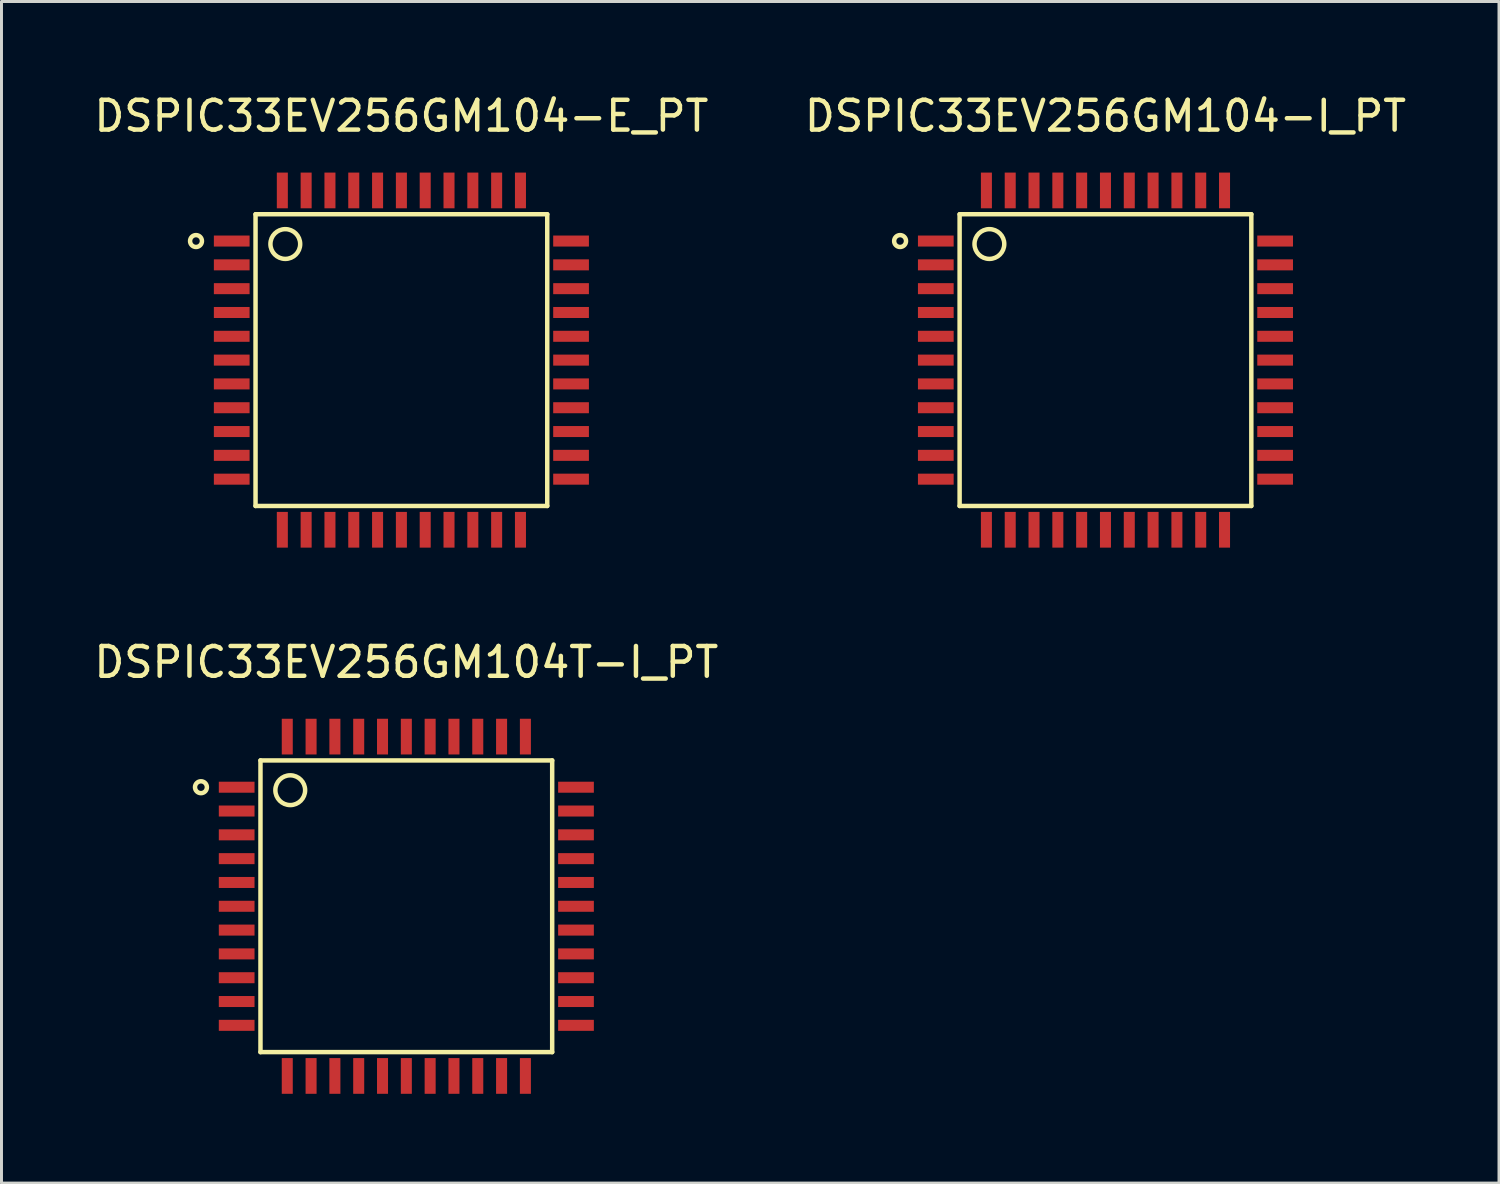
<source format=kicad_pcb>
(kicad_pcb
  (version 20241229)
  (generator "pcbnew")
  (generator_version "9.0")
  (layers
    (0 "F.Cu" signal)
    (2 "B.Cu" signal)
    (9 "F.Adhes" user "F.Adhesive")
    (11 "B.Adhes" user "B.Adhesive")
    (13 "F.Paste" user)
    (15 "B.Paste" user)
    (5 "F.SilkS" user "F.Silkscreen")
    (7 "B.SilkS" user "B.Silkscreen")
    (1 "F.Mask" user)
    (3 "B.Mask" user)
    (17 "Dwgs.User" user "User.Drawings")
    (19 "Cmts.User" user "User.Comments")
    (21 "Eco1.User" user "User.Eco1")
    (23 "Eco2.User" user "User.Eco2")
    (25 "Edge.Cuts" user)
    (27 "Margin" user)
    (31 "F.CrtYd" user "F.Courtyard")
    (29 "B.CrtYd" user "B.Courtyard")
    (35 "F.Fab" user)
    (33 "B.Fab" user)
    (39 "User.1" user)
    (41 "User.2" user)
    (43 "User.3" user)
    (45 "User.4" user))
  (footprint "DSPIC33EV256GM104-E_PT"
    (layer "F.Cu")
    (at 4.735 3.348)
    (property "Reference" "DSPIC33EV256GM104-E_PT" (at 5.7 -2.5 0) (layer "F.SilkS") (effects (font (size 1 1) (thickness 0.15))))
    (attr through_hole)
    (fp_line (start 0.8 0.8) (end 0.8 10.6) (stroke (width 0.15) (type solid)) (layer "F.SilkS"))
    (fp_line (start 0.8 0.8) (end 10.6 0.8) (stroke (width 0.15) (type solid)) (layer "F.SilkS"))
    (fp_line (start 0.8 10.6) (end 10.6 10.6) (stroke (width 0.15) (type solid)) (layer "F.SilkS"))
    (fp_line (start 10.6 10.6) (end 10.6 0.8) (stroke (width 0.15) (type solid)) (layer "F.SilkS"))
    (fp_circle (center -1.2 1.7) (end -1.2 1.5) (stroke (width 0.15) (type solid)) (fill no) (layer "F.SilkS"))
    (fp_circle (center 1.8 1.8) (end 1.8 1.3) (stroke (width 0.15) (type solid)) (fill no) (layer "F.SilkS"))
    (pad "1" smd rect (at 0 1.7) (size 1.2 0.37) (layers "F.Cu" "F.Mask" "F.Paste"))
    (pad "2" smd rect (at 0 2.5) (size 1.2 0.37) (layers "F.Cu" "F.Mask" "F.Paste"))
    (pad "3" smd rect (at 0 3.3) (size 1.2 0.37) (layers "F.Cu" "F.Mask" "F.Paste"))
    (pad "4" smd rect (at 0 4.1) (size 1.2 0.37) (layers "F.Cu" "F.Mask" "F.Paste"))
    (pad "5" smd rect (at 0 4.9) (size 1.2 0.37) (layers "F.Cu" "F.Mask" "F.Paste"))
    (pad "6" smd rect (at 0 5.7) (size 1.2 0.37) (layers "F.Cu" "F.Mask" "F.Paste"))
    (pad "7" smd rect (at 0 6.5) (size 1.2 0.37) (layers "F.Cu" "F.Mask" "F.Paste"))
    (pad "8" smd rect (at 0 7.3) (size 1.2 0.37) (layers "F.Cu" "F.Mask" "F.Paste"))
    (pad "9" smd rect (at 0 8.1) (size 1.2 0.37) (layers "F.Cu" "F.Mask" "F.Paste"))
    (pad "10" smd rect (at 0 8.9) (size 1.2 0.37) (layers "F.Cu" "F.Mask" "F.Paste"))
    (pad "11" smd rect (at 0 9.7) (size 1.2 0.37) (layers "F.Cu" "F.Mask" "F.Paste"))
    (pad "12" smd rect (at 1.7 11.4) (size 0.37 1.2) (layers "F.Cu" "F.Mask" "F.Paste"))
    (pad "13" smd rect (at 2.5 11.4) (size 0.37 1.2) (layers "F.Cu" "F.Mask" "F.Paste"))
    (pad "14" smd rect (at 3.3 11.4) (size 0.37 1.2) (layers "F.Cu" "F.Mask" "F.Paste"))
    (pad "15" smd rect (at 4.1 11.4) (size 0.37 1.2) (layers "F.Cu" "F.Mask" "F.Paste"))
    (pad "16" smd rect (at 4.9 11.4) (size 0.37 1.2) (layers "F.Cu" "F.Mask" "F.Paste"))
    (pad "17" smd rect (at 5.7 11.4) (size 0.37 1.2) (layers "F.Cu" "F.Mask" "F.Paste"))
    (pad "18" smd rect (at 6.5 11.4) (size 0.37 1.2) (layers "F.Cu" "F.Mask" "F.Paste"))
    (pad "19" smd rect (at 7.3 11.4) (size 0.37 1.2) (layers "F.Cu" "F.Mask" "F.Paste"))
    (pad "20" smd rect (at 8.1 11.4) (size 0.37 1.2) (layers "F.Cu" "F.Mask" "F.Paste"))
    (pad "21" smd rect (at 8.9 11.4) (size 0.37 1.2) (layers "F.Cu" "F.Mask" "F.Paste"))
    (pad "22" smd rect (at 9.7 11.4) (size 0.37 1.2) (layers "F.Cu" "F.Mask" "F.Paste"))
    (pad "23" smd rect (at 11.4 9.7) (size 1.2 0.37) (layers "F.Cu" "F.Mask" "F.Paste"))
    (pad "24" smd rect (at 11.4 8.9) (size 1.2 0.37) (layers "F.Cu" "F.Mask" "F.Paste"))
    (pad "25" smd rect (at 11.4 8.1) (size 1.2 0.37) (layers "F.Cu" "F.Mask" "F.Paste"))
    (pad "26" smd rect (at 11.4 7.3) (size 1.2 0.37) (layers "F.Cu" "F.Mask" "F.Paste"))
    (pad "27" smd rect (at 11.4 6.5) (size 1.2 0.37) (layers "F.Cu" "F.Mask" "F.Paste"))
    (pad "28" smd rect (at 11.4 5.7) (size 1.2 0.37) (layers "F.Cu" "F.Mask" "F.Paste"))
    (pad "29" smd rect (at 11.4 4.9) (size 1.2 0.37) (layers "F.Cu" "F.Mask" "F.Paste"))
    (pad "30" smd rect (at 11.4 4.1) (size 1.2 0.37) (layers "F.Cu" "F.Mask" "F.Paste"))
    (pad "31" smd rect (at 11.4 3.3) (size 1.2 0.37) (layers "F.Cu" "F.Mask" "F.Paste"))
    (pad "32" smd rect (at 11.4 2.5) (size 1.2 0.37) (layers "F.Cu" "F.Mask" "F.Paste"))
    (pad "33" smd rect (at 11.4 1.7) (size 1.2 0.37) (layers "F.Cu" "F.Mask" "F.Paste"))
    (pad "34" smd rect (at 9.7 0) (size 0.37 1.2) (layers "F.Cu" "F.Mask" "F.Paste"))
    (pad "35" smd rect (at 8.9 0) (size 0.37 1.2) (layers "F.Cu" "F.Mask" "F.Paste"))
    (pad "36" smd rect (at 8.1 0) (size 0.37 1.2) (layers "F.Cu" "F.Mask" "F.Paste"))
    (pad "37" smd rect (at 7.3 0) (size 0.37 1.2) (layers "F.Cu" "F.Mask" "F.Paste"))
    (pad "38" smd rect (at 6.5 0) (size 0.37 1.2) (layers "F.Cu" "F.Mask" "F.Paste"))
    (pad "39" smd rect (at 5.7 0) (size 0.37 1.2) (layers "F.Cu" "F.Mask" "F.Paste"))
    (pad "40" smd rect (at 4.9 0) (size 0.37 1.2) (layers "F.Cu" "F.Mask" "F.Paste"))
    (pad "41" smd rect (at 4.1 0) (size 0.37 1.2) (layers "F.Cu" "F.Mask" "F.Paste"))
    (pad "42" smd rect (at 3.3 0) (size 0.37 1.2) (layers "F.Cu" "F.Mask" "F.Paste"))
    (pad "43" smd rect (at 2.5 0) (size 0.37 1.2) (layers "F.Cu" "F.Mask" "F.Paste"))
    (pad "44" smd rect (at 1.7 0) (size 0.37 1.2) (layers "F.Cu" "F.Mask" "F.Paste")))
  (footprint "DSPIC33EV256GM104T-I_PT"
    (layer "F.Cu")
    (at 4.901 21.697)
    (property "Reference" "DSPIC33EV256GM104T-I_PT" (at 5.7 -2.5 0) (layer "F.SilkS") (effects (font (size 1 1) (thickness 0.15))))
    (attr through_hole)
    (fp_line (start 0.8 0.8) (end 0.8 10.6) (stroke (width 0.15) (type solid)) (layer "F.SilkS"))
    (fp_line (start 0.8 0.8) (end 10.6 0.8) (stroke (width 0.15) (type solid)) (layer "F.SilkS"))
    (fp_line (start 0.8 10.6) (end 10.6 10.6) (stroke (width 0.15) (type solid)) (layer "F.SilkS"))
    (fp_line (start 10.6 10.6) (end 10.6 0.8) (stroke (width 0.15) (type solid)) (layer "F.SilkS"))
    (fp_circle (center -1.2 1.7) (end -1.2 1.5) (stroke (width 0.15) (type solid)) (fill no) (layer "F.SilkS"))
    (fp_circle (center 1.8 1.8) (end 1.8 1.3) (stroke (width 0.15) (type solid)) (fill no) (layer "F.SilkS"))
    (pad "1" smd rect (at 0 1.7) (size 1.2 0.37) (layers "F.Cu" "F.Mask" "F.Paste"))
    (pad "2" smd rect (at 0 2.5) (size 1.2 0.37) (layers "F.Cu" "F.Mask" "F.Paste"))
    (pad "3" smd rect (at 0 3.3) (size 1.2 0.37) (layers "F.Cu" "F.Mask" "F.Paste"))
    (pad "4" smd rect (at 0 4.1) (size 1.2 0.37) (layers "F.Cu" "F.Mask" "F.Paste"))
    (pad "5" smd rect (at 0 4.9) (size 1.2 0.37) (layers "F.Cu" "F.Mask" "F.Paste"))
    (pad "6" smd rect (at 0 5.7) (size 1.2 0.37) (layers "F.Cu" "F.Mask" "F.Paste"))
    (pad "7" smd rect (at 0 6.5) (size 1.2 0.37) (layers "F.Cu" "F.Mask" "F.Paste"))
    (pad "8" smd rect (at 0 7.3) (size 1.2 0.37) (layers "F.Cu" "F.Mask" "F.Paste"))
    (pad "9" smd rect (at 0 8.1) (size 1.2 0.37) (layers "F.Cu" "F.Mask" "F.Paste"))
    (pad "10" smd rect (at 0 8.9) (size 1.2 0.37) (layers "F.Cu" "F.Mask" "F.Paste"))
    (pad "11" smd rect (at 0 9.7) (size 1.2 0.37) (layers "F.Cu" "F.Mask" "F.Paste"))
    (pad "12" smd rect (at 1.7 11.4) (size 0.37 1.2) (layers "F.Cu" "F.Mask" "F.Paste"))
    (pad "13" smd rect (at 2.5 11.4) (size 0.37 1.2) (layers "F.Cu" "F.Mask" "F.Paste"))
    (pad "14" smd rect (at 3.3 11.4) (size 0.37 1.2) (layers "F.Cu" "F.Mask" "F.Paste"))
    (pad "15" smd rect (at 4.1 11.4) (size 0.37 1.2) (layers "F.Cu" "F.Mask" "F.Paste"))
    (pad "16" smd rect (at 4.9 11.4) (size 0.37 1.2) (layers "F.Cu" "F.Mask" "F.Paste"))
    (pad "17" smd rect (at 5.7 11.4) (size 0.37 1.2) (layers "F.Cu" "F.Mask" "F.Paste"))
    (pad "18" smd rect (at 6.5 11.4) (size 0.37 1.2) (layers "F.Cu" "F.Mask" "F.Paste"))
    (pad "19" smd rect (at 7.3 11.4) (size 0.37 1.2) (layers "F.Cu" "F.Mask" "F.Paste"))
    (pad "20" smd rect (at 8.1 11.4) (size 0.37 1.2) (layers "F.Cu" "F.Mask" "F.Paste"))
    (pad "21" smd rect (at 8.9 11.4) (size 0.37 1.2) (layers "F.Cu" "F.Mask" "F.Paste"))
    (pad "22" smd rect (at 9.7 11.4) (size 0.37 1.2) (layers "F.Cu" "F.Mask" "F.Paste"))
    (pad "23" smd rect (at 11.4 9.7) (size 1.2 0.37) (layers "F.Cu" "F.Mask" "F.Paste"))
    (pad "24" smd rect (at 11.4 8.9) (size 1.2 0.37) (layers "F.Cu" "F.Mask" "F.Paste"))
    (pad "25" smd rect (at 11.4 8.1) (size 1.2 0.37) (layers "F.Cu" "F.Mask" "F.Paste"))
    (pad "26" smd rect (at 11.4 7.3) (size 1.2 0.37) (layers "F.Cu" "F.Mask" "F.Paste"))
    (pad "27" smd rect (at 11.4 6.5) (size 1.2 0.37) (layers "F.Cu" "F.Mask" "F.Paste"))
    (pad "28" smd rect (at 11.4 5.7) (size 1.2 0.37) (layers "F.Cu" "F.Mask" "F.Paste"))
    (pad "29" smd rect (at 11.4 4.9) (size 1.2 0.37) (layers "F.Cu" "F.Mask" "F.Paste"))
    (pad "30" smd rect (at 11.4 4.1) (size 1.2 0.37) (layers "F.Cu" "F.Mask" "F.Paste"))
    (pad "31" smd rect (at 11.4 3.3) (size 1.2 0.37) (layers "F.Cu" "F.Mask" "F.Paste"))
    (pad "32" smd rect (at 11.4 2.5) (size 1.2 0.37) (layers "F.Cu" "F.Mask" "F.Paste"))
    (pad "33" smd rect (at 11.4 1.7) (size 1.2 0.37) (layers "F.Cu" "F.Mask" "F.Paste"))
    (pad "34" smd rect (at 9.7 0) (size 0.37 1.2) (layers "F.Cu" "F.Mask" "F.Paste"))
    (pad "35" smd rect (at 8.9 0) (size 0.37 1.2) (layers "F.Cu" "F.Mask" "F.Paste"))
    (pad "36" smd rect (at 8.1 0) (size 0.37 1.2) (layers "F.Cu" "F.Mask" "F.Paste"))
    (pad "37" smd rect (at 7.3 0) (size 0.37 1.2) (layers "F.Cu" "F.Mask" "F.Paste"))
    (pad "38" smd rect (at 6.5 0) (size 0.37 1.2) (layers "F.Cu" "F.Mask" "F.Paste"))
    (pad "39" smd rect (at 5.7 0) (size 0.37 1.2) (layers "F.Cu" "F.Mask" "F.Paste"))
    (pad "40" smd rect (at 4.9 0) (size 0.37 1.2) (layers "F.Cu" "F.Mask" "F.Paste"))
    (pad "41" smd rect (at 4.1 0) (size 0.37 1.2) (layers "F.Cu" "F.Mask" "F.Paste"))
    (pad "42" smd rect (at 3.3 0) (size 0.37 1.2) (layers "F.Cu" "F.Mask" "F.Paste"))
    (pad "43" smd rect (at 2.5 0) (size 0.37 1.2) (layers "F.Cu" "F.Mask" "F.Paste"))
    (pad "44" smd rect (at 1.7 0) (size 0.37 1.2) (layers "F.Cu" "F.Mask" "F.Paste")))
  (footprint "DSPIC33EV256GM104-I_PT"
    (layer "F.Cu")
    (at 28.389 3.348)
    (property "Reference" "DSPIC33EV256GM104-I_PT" (at 5.7 -2.5 0) (layer "F.SilkS") (effects (font (size 1 1) (thickness 0.15))))
    (attr through_hole)
    (fp_line (start 0.8 0.8) (end 0.8 10.6) (stroke (width 0.15) (type solid)) (layer "F.SilkS"))
    (fp_line (start 0.8 0.8) (end 10.6 0.8) (stroke (width 0.15) (type solid)) (layer "F.SilkS"))
    (fp_line (start 0.8 10.6) (end 10.6 10.6) (stroke (width 0.15) (type solid)) (layer "F.SilkS"))
    (fp_line (start 10.6 10.6) (end 10.6 0.8) (stroke (width 0.15) (type solid)) (layer "F.SilkS"))
    (fp_circle (center -1.2 1.7) (end -1.2 1.5) (stroke (width 0.15) (type solid)) (fill no) (layer "F.SilkS"))
    (fp_circle (center 1.8 1.8) (end 1.8 1.3) (stroke (width 0.15) (type solid)) (fill no) (layer "F.SilkS"))
    (pad "1" smd rect (at 0 1.7) (size 1.2 0.37) (layers "F.Cu" "F.Mask" "F.Paste"))
    (pad "2" smd rect (at 0 2.5) (size 1.2 0.37) (layers "F.Cu" "F.Mask" "F.Paste"))
    (pad "3" smd rect (at 0 3.3) (size 1.2 0.37) (layers "F.Cu" "F.Mask" "F.Paste"))
    (pad "4" smd rect (at 0 4.1) (size 1.2 0.37) (layers "F.Cu" "F.Mask" "F.Paste"))
    (pad "5" smd rect (at 0 4.9) (size 1.2 0.37) (layers "F.Cu" "F.Mask" "F.Paste"))
    (pad "6" smd rect (at 0 5.7) (size 1.2 0.37) (layers "F.Cu" "F.Mask" "F.Paste"))
    (pad "7" smd rect (at 0 6.5) (size 1.2 0.37) (layers "F.Cu" "F.Mask" "F.Paste"))
    (pad "8" smd rect (at 0 7.3) (size 1.2 0.37) (layers "F.Cu" "F.Mask" "F.Paste"))
    (pad "9" smd rect (at 0 8.1) (size 1.2 0.37) (layers "F.Cu" "F.Mask" "F.Paste"))
    (pad "10" smd rect (at 0 8.9) (size 1.2 0.37) (layers "F.Cu" "F.Mask" "F.Paste"))
    (pad "11" smd rect (at 0 9.7) (size 1.2 0.37) (layers "F.Cu" "F.Mask" "F.Paste"))
    (pad "12" smd rect (at 1.7 11.4) (size 0.37 1.2) (layers "F.Cu" "F.Mask" "F.Paste"))
    (pad "13" smd rect (at 2.5 11.4) (size 0.37 1.2) (layers "F.Cu" "F.Mask" "F.Paste"))
    (pad "14" smd rect (at 3.3 11.4) (size 0.37 1.2) (layers "F.Cu" "F.Mask" "F.Paste"))
    (pad "15" smd rect (at 4.1 11.4) (size 0.37 1.2) (layers "F.Cu" "F.Mask" "F.Paste"))
    (pad "16" smd rect (at 4.9 11.4) (size 0.37 1.2) (layers "F.Cu" "F.Mask" "F.Paste"))
    (pad "17" smd rect (at 5.7 11.4) (size 0.37 1.2) (layers "F.Cu" "F.Mask" "F.Paste"))
    (pad "18" smd rect (at 6.5 11.4) (size 0.37 1.2) (layers "F.Cu" "F.Mask" "F.Paste"))
    (pad "19" smd rect (at 7.3 11.4) (size 0.37 1.2) (layers "F.Cu" "F.Mask" "F.Paste"))
    (pad "20" smd rect (at 8.1 11.4) (size 0.37 1.2) (layers "F.Cu" "F.Mask" "F.Paste"))
    (pad "21" smd rect (at 8.9 11.4) (size 0.37 1.2) (layers "F.Cu" "F.Mask" "F.Paste"))
    (pad "22" smd rect (at 9.7 11.4) (size 0.37 1.2) (layers "F.Cu" "F.Mask" "F.Paste"))
    (pad "23" smd rect (at 11.4 9.7) (size 1.2 0.37) (layers "F.Cu" "F.Mask" "F.Paste"))
    (pad "24" smd rect (at 11.4 8.9) (size 1.2 0.37) (layers "F.Cu" "F.Mask" "F.Paste"))
    (pad "25" smd rect (at 11.4 8.1) (size 1.2 0.37) (layers "F.Cu" "F.Mask" "F.Paste"))
    (pad "26" smd rect (at 11.4 7.3) (size 1.2 0.37) (layers "F.Cu" "F.Mask" "F.Paste"))
    (pad "27" smd rect (at 11.4 6.5) (size 1.2 0.37) (layers "F.Cu" "F.Mask" "F.Paste"))
    (pad "28" smd rect (at 11.4 5.7) (size 1.2 0.37) (layers "F.Cu" "F.Mask" "F.Paste"))
    (pad "29" smd rect (at 11.4 4.9) (size 1.2 0.37) (layers "F.Cu" "F.Mask" "F.Paste"))
    (pad "30" smd rect (at 11.4 4.1) (size 1.2 0.37) (layers "F.Cu" "F.Mask" "F.Paste"))
    (pad "31" smd rect (at 11.4 3.3) (size 1.2 0.37) (layers "F.Cu" "F.Mask" "F.Paste"))
    (pad "32" smd rect (at 11.4 2.5) (size 1.2 0.37) (layers "F.Cu" "F.Mask" "F.Paste"))
    (pad "33" smd rect (at 11.4 1.7) (size 1.2 0.37) (layers "F.Cu" "F.Mask" "F.Paste"))
    (pad "34" smd rect (at 9.7 0) (size 0.37 1.2) (layers "F.Cu" "F.Mask" "F.Paste"))
    (pad "35" smd rect (at 8.9 0) (size 0.37 1.2) (layers "F.Cu" "F.Mask" "F.Paste"))
    (pad "36" smd rect (at 8.1 0) (size 0.37 1.2) (layers "F.Cu" "F.Mask" "F.Paste"))
    (pad "37" smd rect (at 7.3 0) (size 0.37 1.2) (layers "F.Cu" "F.Mask" "F.Paste"))
    (pad "38" smd rect (at 6.5 0) (size 0.37 1.2) (layers "F.Cu" "F.Mask" "F.Paste"))
    (pad "39" smd rect (at 5.7 0) (size 0.37 1.2) (layers "F.Cu" "F.Mask" "F.Paste"))
    (pad "40" smd rect (at 4.9 0) (size 0.37 1.2) (layers "F.Cu" "F.Mask" "F.Paste"))
    (pad "41" smd rect (at 4.1 0) (size 0.37 1.2) (layers "F.Cu" "F.Mask" "F.Paste"))
    (pad "42" smd rect (at 3.3 0) (size 0.37 1.2) (layers "F.Cu" "F.Mask" "F.Paste"))
    (pad "43" smd rect (at 2.5 0) (size 0.37 1.2) (layers "F.Cu" "F.Mask" "F.Paste"))
    (pad "44" smd rect (at 1.7 0) (size 0.37 1.2) (layers "F.Cu" "F.Mask" "F.Paste")))
  (gr_rect
    (start -3 -3)
    (end 47.31 36.697)
    (stroke (width 0.1) (type default))
    (fill no)
    (layer "Edge.Cuts")))
</source>
